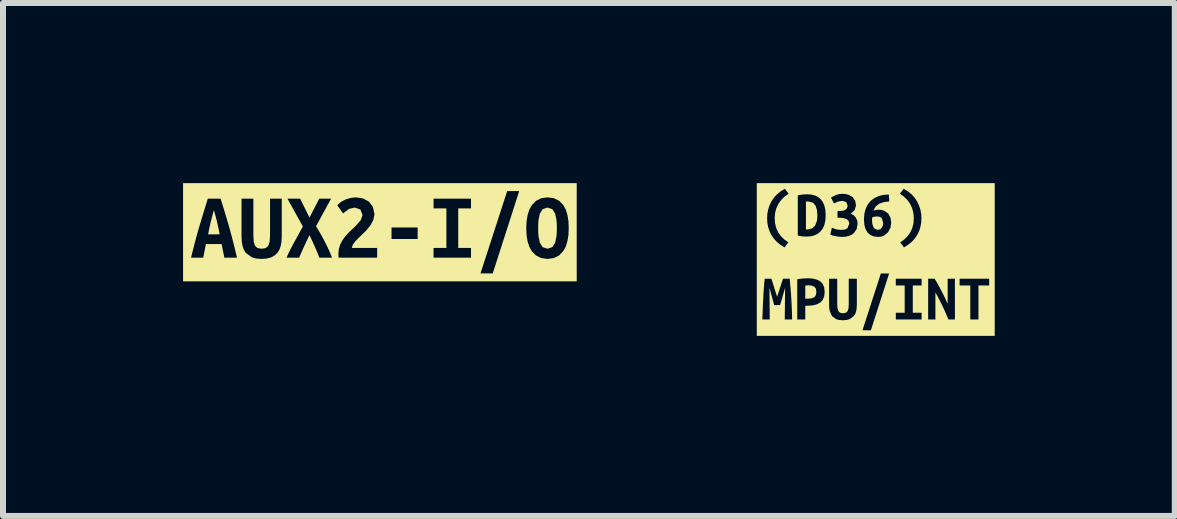
<source format=kicad_pcb>
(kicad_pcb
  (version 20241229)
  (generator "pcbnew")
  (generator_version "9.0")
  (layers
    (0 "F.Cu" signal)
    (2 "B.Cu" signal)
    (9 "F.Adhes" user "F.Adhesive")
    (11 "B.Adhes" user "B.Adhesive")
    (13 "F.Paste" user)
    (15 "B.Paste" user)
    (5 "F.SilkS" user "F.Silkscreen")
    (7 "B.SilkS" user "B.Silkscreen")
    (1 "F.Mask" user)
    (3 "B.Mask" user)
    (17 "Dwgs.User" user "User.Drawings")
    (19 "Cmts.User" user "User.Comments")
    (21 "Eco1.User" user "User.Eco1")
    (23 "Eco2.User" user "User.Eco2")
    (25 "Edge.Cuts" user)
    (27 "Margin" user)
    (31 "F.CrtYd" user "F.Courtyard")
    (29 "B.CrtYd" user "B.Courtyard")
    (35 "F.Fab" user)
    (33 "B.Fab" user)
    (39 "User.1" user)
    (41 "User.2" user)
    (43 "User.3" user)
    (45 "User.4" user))
  (footprint "kibuzzard-625BDEDE"
    (layer "F.Cu")
    (at 3.279 0.819)
    (property "Reference" "kibuzzard-625BDEDE" (at 0 -0.819 0) (layer "F.SilkS") (effects (font (size 0.001 0.001) (thickness 0.000003))))
    (attr board_only exclude_from_pos_files exclude_from_bom)
    (fp_poly (pts (xy -2.765 -0.368) (xy -2.795 -0.263) (xy -2.82 -0.164) (xy -2.842 -0.067) (xy -2.862 0.035) (xy -2.67 0.035) (xy -2.689 -0.067) (xy -2.711 -0.164) (xy -2.736 -0.263) (xy -2.765 -0.368)) (stroke (width 0) (type solid)) (fill yes) (layer "F.SilkS"))
    (fp_poly (pts (xy 2.637 -0.068) (xy 2.638 0.001) (xy 2.642 0.066) (xy 2.665 0.175) (xy 2.711 0.248) (xy 2.792 0.275) (xy 2.873 0.248) (xy 2.92 0.174) (xy 2.942 0.065) (xy 2.947 0.001) (xy 2.948 -0.068) (xy 2.947 -0.138) (xy 2.942 -0.202) (xy 2.92 -0.311) (xy 2.873 -0.384) (xy 2.792 -0.411) (xy 2.711 -0.384) (xy 2.665 -0.31) (xy 2.642 -0.202) (xy 2.638 -0.137) (xy 2.637 -0.068)) (stroke (width 0) (type solid)) (fill yes) (layer "F.SilkS"))
    (fp_poly (pts (xy -3.146 -0.818) (xy -2.935 -0.338) (xy -2.901 -0.45) (xy -2.867 -0.559) (xy -2.654 -0.559) (xy -2.619 -0.449) (xy -2.585 -0.336) (xy -2.55 -0.22) (xy -2.515 -0.101) (xy -2.488 -0.002) (xy -2.461 0.099) (xy -2.434 0.204) (xy -2.407 0.312) (xy -2.381 0.424) (xy -2.591 0.424) (xy -2.637 0.197) (xy -2.899 0.197) (xy -2.943 0.424) (xy -3.146 0.424) (xy -3.118 0.31) (xy -3.09 0.2) (xy -3.062 0.094) (xy -3.034 -0.008) (xy -3.005 -0.106) (xy -2.97 -0.223) (xy -2.935 -0.338) (xy -3.146 -0.818) (xy -3.279 -0.818) (xy -3.279 0.818) (xy -1.973 0.445) (xy -2.061 0.438) (xy -2.133 0.418) (xy -2.235 0.343) (xy -2.268 0.289) (xy -2.289 0.224) (xy -2.301 0.15) (xy -2.305 0.068) (xy -2.305 -0.559) (xy -2.108 -0.559) (xy -2.108 0.056) (xy -2.102 0.16) (xy -2.08 0.227) (xy -2.038 0.264) (xy -1.97 0.275) (xy -1.902 0.264) (xy -1.859 0.226) (xy -1.837 0.158) (xy -1.83 0.054) (xy -1.83 -0.559) (xy -1.635 -0.559) (xy -1.635 0.068) (xy -1.639 0.15) (xy -1.651 0.224) (xy -1.673 0.289) (xy -1.707 0.343) (xy -1.753 0.386) (xy -1.811 0.418) (xy -1.884 0.438) (xy -1.973 0.445) (xy -3.279 0.818) (xy -3.146 0.818) (xy -1.008 0.424) (xy -1.042 0.339) (xy -1.082 0.244) (xy -1.127 0.146) (xy -1.173 0.048) (xy -1.219 0.143) (xy -1.265 0.242) (xy -1.308 0.338) (xy -1.345 0.424) (xy -1.556 0.424) (xy -1.509 0.321) (xy -1.476 0.258) (xy -1.441 0.191) (xy -1.402 0.12) (xy -1.362 0.047) (xy -1.322 -0.026) (xy -1.283 -0.095) (xy -1.54 -0.559) (xy -1.329 -0.559) (xy -1.173 -0.244) (xy -1.01 -0.559) (xy -0.813 -0.559) (xy -1.064 -0.1) (xy -1.021 -0.03) (xy -0.318 -0.202) (xy -0.289 -0.286) (xy -0.325 -0.379) (xy -0.418 -0.411) (xy -0.514 -0.389) (xy -0.614 -0.314) (xy -0.711 -0.451) (xy -0.643 -0.509) (xy -0.564 -0.549) (xy -0.481 -0.573) (xy -0.398 -0.581) (xy -0.283 -0.564) (xy -0.184 -0.511) (xy -0.116 -0.423) (xy -0.09 -0.3) (xy -0.11 -0.202) (xy -0.16 -0.111) (xy 0.194 -0.079) (xy 0.629 -0.079) (xy 0.629 0.113) (xy 0.194 0.113) (xy 0.194 -0.079) (xy -0.16 -0.111) (xy -0.232 -0.025) (xy -0.313 0.054) (xy -0.36 0.099) (xy -0.411 0.153) (xy -0.452 0.21) (xy -0.468 0.262) (xy -0.046 0.262) (xy 0.894 0.424) (xy 0.894 0.262) (xy 1.108 0.262) (xy 1.108 -0.397) (xy 0.894 -0.397) (xy 0.894 -0.559) (xy 1.518 -0.559) (xy 1.518 -0.397) (xy 1.305 -0.397) (xy 1.305 0.262) (xy 1.518 0.262) (xy 1.518 0.424) (xy 0.894 0.424) (xy -0.046 0.262) (xy -0.046 0.424) (xy -0.687 0.424) (xy -0.691 0.384) (xy -0.691 0.351) (xy -0.683 0.275) (xy -0.661 0.205) (xy -0.628 0.141) (xy -0.587 0.082) (xy -0.54 0.027) (xy -0.49 -0.023) (xy -0.44 -0.07) (xy -0.393 -0.116) (xy -0.318 -0.202) (xy -1.021 -0.03) (xy -0.979 0.043) (xy -0.94 0.116) (xy -0.902 0.188) (xy -0.869 0.256) (xy -0.84 0.32) (xy -0.797 0.424) (xy -1.008 0.424) (xy -3.146 0.818) (xy 3.146 0.818) (xy 1.88 0.686) (xy 1.676 0.686) (xy 2.121 -0.686) (xy 2.321 -0.686) (xy 1.88 0.686) (xy 3.146 0.818) (xy 3.279 0.818) (xy 2.985 0.387) (xy 2.898 0.43) (xy 2.794 0.445) (xy 2.688 0.43) (xy 2.6 0.387) (xy 2.53 0.315) (xy 2.49 0.243) (xy 2.461 0.155) (xy 2.444 0.051) (xy 2.438 -0.068) (xy 2.444 -0.187) (xy 2.462 -0.291) (xy 2.491 -0.379) (xy 2.532 -0.452) (xy 2.603 -0.524) (xy 2.689 -0.567) (xy 2.792 -0.581) (xy 2.899 -0.567) (xy 2.986 -0.524) (xy 3.056 -0.452) (xy 3.096 -0.379) (xy 3.124 -0.291) (xy 3.141 -0.187) (xy 3.146 -0.068) (xy 3.141 0.051) (xy 3.123 0.155) (xy 3.095 0.243) (xy 3.054 0.315) (xy 2.985 0.387) (xy 3.279 0.818) (xy 3.279 -0.818) (xy 3.146 -0.818) (xy -3.146 -0.818)) (stroke (width 0) (type solid)) (fill yes) (layer "F.SilkS")))
  (footprint "kibuzzard-625FE1CF"
    (layer "F.Cu")
    (at 11.54 1.273)
    (property "Reference" "kibuzzard-625FE1CF" (at 0 -1.272 0) (layer "F.SilkS") (effects (font (size 0.001 0.001) (thickness 0.000003))))
    (attr board_only exclude_from_pos_files exclude_from_bom)
    (fp_poly (pts (xy -1.107 0.43) (xy -1.14 0.431) (xy -1.174 0.434) (xy -1.174 0.653) (xy -1.119 0.653) (xy -1.062 0.646) (xy -1.021 0.627) (xy -0.997 0.592) (xy -0.989 0.539) (xy -0.997 0.488) (xy -1.021 0.455) (xy -1.059 0.437) (xy -1.107 0.43)) (stroke (width 0) (type solid)) (fill yes) (layer "F.SilkS"))
    (fp_poly (pts (xy -1.163 -0.501) (xy -1.15 -0.5) (xy -1.138 -0.5) (xy -1.06 -0.518) (xy -1.009 -0.567) (xy -0.981 -0.641) (xy -0.975 -0.686) (xy -0.973 -0.735) (xy -0.979 -0.822) (xy -1.003 -0.896) (xy -1.048 -0.948) (xy -1.123 -0.967) (xy -1.143 -0.967) (xy -1.163 -0.964) (xy -1.163 -0.501)) (stroke (width 0) (type solid)) (fill yes) (layer "F.SilkS"))
    (fp_poly (pts (xy 0.02 -0.717) (xy -0.024 -0.713) (xy -0.06 -0.7) (xy -0.062 -0.68) (xy -0.062 -0.659) (xy -0.058 -0.598) (xy -0.042 -0.545) (xy -0.012 -0.508) (xy 0.037 -0.494) (xy 0.077 -0.505) (xy 0.104 -0.533) (xy 0.119 -0.569) (xy 0.124 -0.608) (xy 0.101 -0.689) (xy 0.069 -0.71) (xy 0.02 -0.717)) (stroke (width 0) (type solid)) (fill yes) (layer "F.SilkS"))
    (fp_poly (pts (xy -1.89 -1.272) (xy -1.77 -0.902) (xy -1.738 -0.968) (xy -1.697 -1.029) (xy -1.646 -1.085) (xy -1.585 -1.135) (xy -1.515 -1.179) (xy -1.451 -1.095) (xy -1.518 -1.049) (xy -1.574 -0.993) (xy -1.621 -0.928) (xy -1.656 -0.855) (xy -1.677 -0.774) (xy -1.684 -0.686) (xy -1.299 -0.398) (xy -1.299 -1.069) (xy -1.211 -1.083) (xy -1.135 -1.086) (xy -1.07 -1.081) (xy -1.011 -1.066) (xy -0.959 -1.04) (xy -0.916 -1.003) (xy -0.881 -0.955) (xy -0.855 -0.894) (xy -0.839 -0.821) (xy -0.834 -0.735) (xy -0.84 -0.646) (xy -0.857 -0.572) (xy -0.886 -0.511) (xy -0.924 -0.463) (xy -0.97 -0.426) (xy -1.024 -0.401) (xy -1.085 -0.386) (xy -0.567 -0.376) (xy -0.621 -0.38) (xy -0.675 -0.389) (xy -0.724 -0.401) (xy -0.758 -0.414) (xy -0.731 -0.528) (xy -0.665 -0.505) (xy -0.621 -0.496) (xy -0.568 -0.493) (xy -0.508 -0.5) (xy -0.47 -0.523) (xy -0.441 -0.597) (xy -0.452 -0.643) (xy -0.485 -0.673) (xy -0.534 -0.689) (xy -0.595 -0.695) (xy -0.637 -0.695) (xy -0.637 -0.808) (xy -0.586 -0.808) (xy -0.544 -0.813) (xy -0.506 -0.827) (xy -0.479 -0.854) (xy -0.468 -0.896) (xy -0.491 -0.955) (xy -0.554 -0.977) (xy -0.631 -0.964) (xy -0.697 -0.933) (xy -0.746 -1.033) (xy -0.666 -1.073) (xy -0.614 -1.089) (xy -0.555 -1.094) (xy -0.501 -1.09) (xy -0.454 -1.079) (xy -0.384 -1.039) (xy -0.342 -0.977) (xy -0.329 -0.9) (xy -0.352 -0.822) (xy -0.415 -0.764) (xy -0.367 -0.736) (xy -0.332 -0.698) (xy -0.197 -0.672) (xy -0.189 -0.766) (xy -0.167 -0.848) (xy -0.132 -0.919) (xy -0.084 -0.977) (xy -0.024 -1.023) (xy 0.048 -1.056) (xy 0.128 -1.076) (xy 0.218 -1.083) (xy 0.225 -0.966) (xy 0.139 -0.957) (xy 0.061 -0.931) (xy -0.001 -0.884) (xy -0.039 -0.812) (xy 0.002 -0.825) (xy 0.038 -0.83) (xy 0.093 -0.826) (xy 0.139 -0.813) (xy 0.208 -0.765) (xy 0.246 -0.695) (xy 0.258 -0.61) (xy 0.245 -0.529) (xy 0.205 -0.454) (xy 0.138 -0.398) (xy 0.093 -0.381) (xy 0.04 -0.376) (xy -0.031 -0.384) (xy -0.09 -0.408) (xy -0.136 -0.448) (xy -0.17 -0.504) (xy -0.19 -0.579) (xy -0.197 -0.672) (xy -0.332 -0.698) (xy -0.31 -0.651) (xy -0.302 -0.595) (xy -0.318 -0.507) (xy -0.366 -0.438) (xy -0.402 -0.411) (xy -0.448 -0.392) (xy -0.503 -0.38) (xy -0.567 -0.376) (xy -1.085 -0.386) (xy -1.153 -0.381) (xy -1.224 -0.385) (xy -1.299 -0.398) (xy -1.684 -0.686) (xy -1.677 -0.599) (xy -1.657 -0.52) (xy -1.623 -0.449) (xy 1.89 0.321) (xy 1.89 0.433) (xy 1.711 0.433) (xy 1.711 0.999) (xy 1.575 0.999) (xy 1.575 0.433) (xy 1.397 0.433) (xy 1.397 0.321) (xy 1.89 0.321) (xy -1.623 -0.449) (xy -1.578 -0.386) (xy -1.522 -0.332) (xy -1.456 -0.286) (xy -1.519 -0.201) (xy -1.59 -0.246) (xy -1.65 -0.295) (xy -1.7 -0.35) (xy -1.74 -0.409) (xy -1.771 -0.473) (xy -1.793 -0.541) (xy -1.806 -0.612) (xy -1.81 -0.686) (xy -1.806 -0.761) (xy -1.792 -0.833) (xy -1.77 -0.902) (xy -1.89 -1.272) (xy -1.982 -1.272) (xy -1.739 0.321) (xy -1.719 0.38) (xy -1.695 0.458) (xy -1.669 0.542) (xy -1.643 0.621) (xy -1.616 0.537) (xy -1.589 0.454) (xy -1.565 0.379) (xy -1.545 0.321) (xy -1.433 0.321) (xy -1.426 0.409) (xy -1.418 0.494) (xy -1.412 0.578) (xy -1.308 0.999) (xy -1.308 0.33) (xy -1.264 0.322) (xy -1.214 0.317) (xy -1.165 0.314) (xy -1.122 0.313) (xy -1.043 0.319) (xy -0.976 0.337) (xy -0.922 0.366) (xy -0.882 0.409) (xy -0.859 0.467) (xy -0.851 0.54) (xy -0.859 0.614) (xy -0.883 0.672) (xy -0.922 0.716) (xy -0.977 0.746) (xy -1.045 0.764) (xy -1.125 0.77) (xy -1.174 0.77) (xy -1.174 0.999) (xy -1.308 0.999) (xy -1.412 0.578) (xy -1.406 0.661) (xy -1.402 0.744) (xy -1.398 0.827) (xy -1.395 0.912) (xy -1.393 0.999) (xy -1.516 0.999) (xy -1.51 0.472) (xy -1.593 0.759) (xy -1.692 0.759) (xy -1.771 0.472) (xy -1.766 0.999) (xy -1.89 0.999) (xy -1.886 0.914) (xy -1.883 0.826) (xy -1.879 0.736) (xy -1.874 0.647) (xy -1.87 0.56) (xy -1.864 0.475) (xy -1.858 0.395) (xy -1.85 0.321) (xy -1.739 0.321) (xy -1.982 -1.272) (xy -1.982 1.272) (xy -0.549 1.013) (xy -0.609 1.008) (xy -0.659 0.995) (xy -0.729 0.943) (xy -0.766 0.861) (xy -0.775 0.81) (xy -0.777 0.753) (xy -0.777 0.321) (xy -0.642 0.321) (xy -0.642 0.745) (xy -0.637 0.816) (xy -0.622 0.863) (xy -0.593 0.888) (xy -0.546 0.896) (xy -0.499 0.888) (xy -0.47 0.862) (xy -0.454 0.815) (xy -0.45 0.744) (xy -0.45 0.321) (xy -0.315 0.321) (xy -0.315 0.753) (xy -0.318 0.81) (xy -0.326 0.861) (xy -0.341 0.905) (xy -0.365 0.943) (xy -0.437 0.995) (xy -0.487 1.008) (xy -0.549 1.013) (xy -1.982 1.272) (xy -1.89 1.272) (xy -0.081 1.179) (xy -0.221 1.179) (xy 0.085 0.233) (xy 0.223 0.233) (xy -0.081 1.179) (xy -1.89 1.272) (xy 1.89 1.272) (xy 0.334 0.999) (xy 0.334 0.887) (xy 0.482 0.887) (xy 0.482 0.433) (xy 0.334 0.433) (xy 0.334 0.321) (xy 0.764 0.321) (xy 0.764 0.433) (xy 0.617 0.433) (xy 0.617 0.887) (xy 0.764 0.887) (xy 0.764 0.999) (xy 0.334 0.999) (xy 1.89 1.272) (xy 1.982 1.272) (xy 1.211 0.999) (xy 1.179 0.924) (xy 1.146 0.849) (xy 1.111 0.774) (xy 1.074 0.699) (xy 1.035 0.624) (xy 0.994 0.549) (xy 0.994 0.999) (xy 0.873 0.999) (xy 0.873 0.321) (xy 0.981 0.321) (xy 1.012 0.371) (xy 1.042 0.426) (xy 1.073 0.482) (xy 1.102 0.538) (xy 1.13 0.593) (xy 1.156 0.646) (xy 1.178 0.695) (xy 1.198 0.738) (xy 1.198 0.321) (xy 1.319 0.321) (xy 1.319 0.999) (xy 1.211 0.999) (xy 1.982 1.272) (xy 1.982 -1.272) (xy 0.757 -0.761) (xy 0.761 -0.686) (xy 0.757 -0.612) (xy 0.744 -0.541) (xy 0.722 -0.473) (xy 0.691 -0.409) (xy 0.651 -0.35) (xy 0.601 -0.295) (xy 0.54 -0.246) (xy 0.47 -0.201) (xy 0.407 -0.286) (xy 0.473 -0.332) (xy 0.528 -0.386) (xy 0.574 -0.449) (xy 0.607 -0.52) (xy 0.628 -0.599) (xy 0.634 -0.686) (xy 0.627 -0.774) (xy 0.606 -0.855) (xy 0.572 -0.928) (xy 0.525 -0.993) (xy 0.468 -1.049) (xy 0.402 -1.095) (xy 0.465 -1.179) (xy 0.536 -1.135) (xy 0.597 -1.085) (xy 0.648 -1.029) (xy 0.689 -0.968) (xy 0.72 -0.902) (xy 0.743 -0.833) (xy 0.757 -0.761) (xy 1.982 -1.272) (xy 1.89 -1.272) (xy -1.89 -1.272)) (stroke (width 0) (type solid)) (fill yes) (layer "F.SilkS")))
  (gr_rect
    (start -3 -3)
    (end 16.522 5.545)
    (stroke (width 0.1) (type default))
    (fill no)
    (layer "Edge.Cuts")))
</source>
